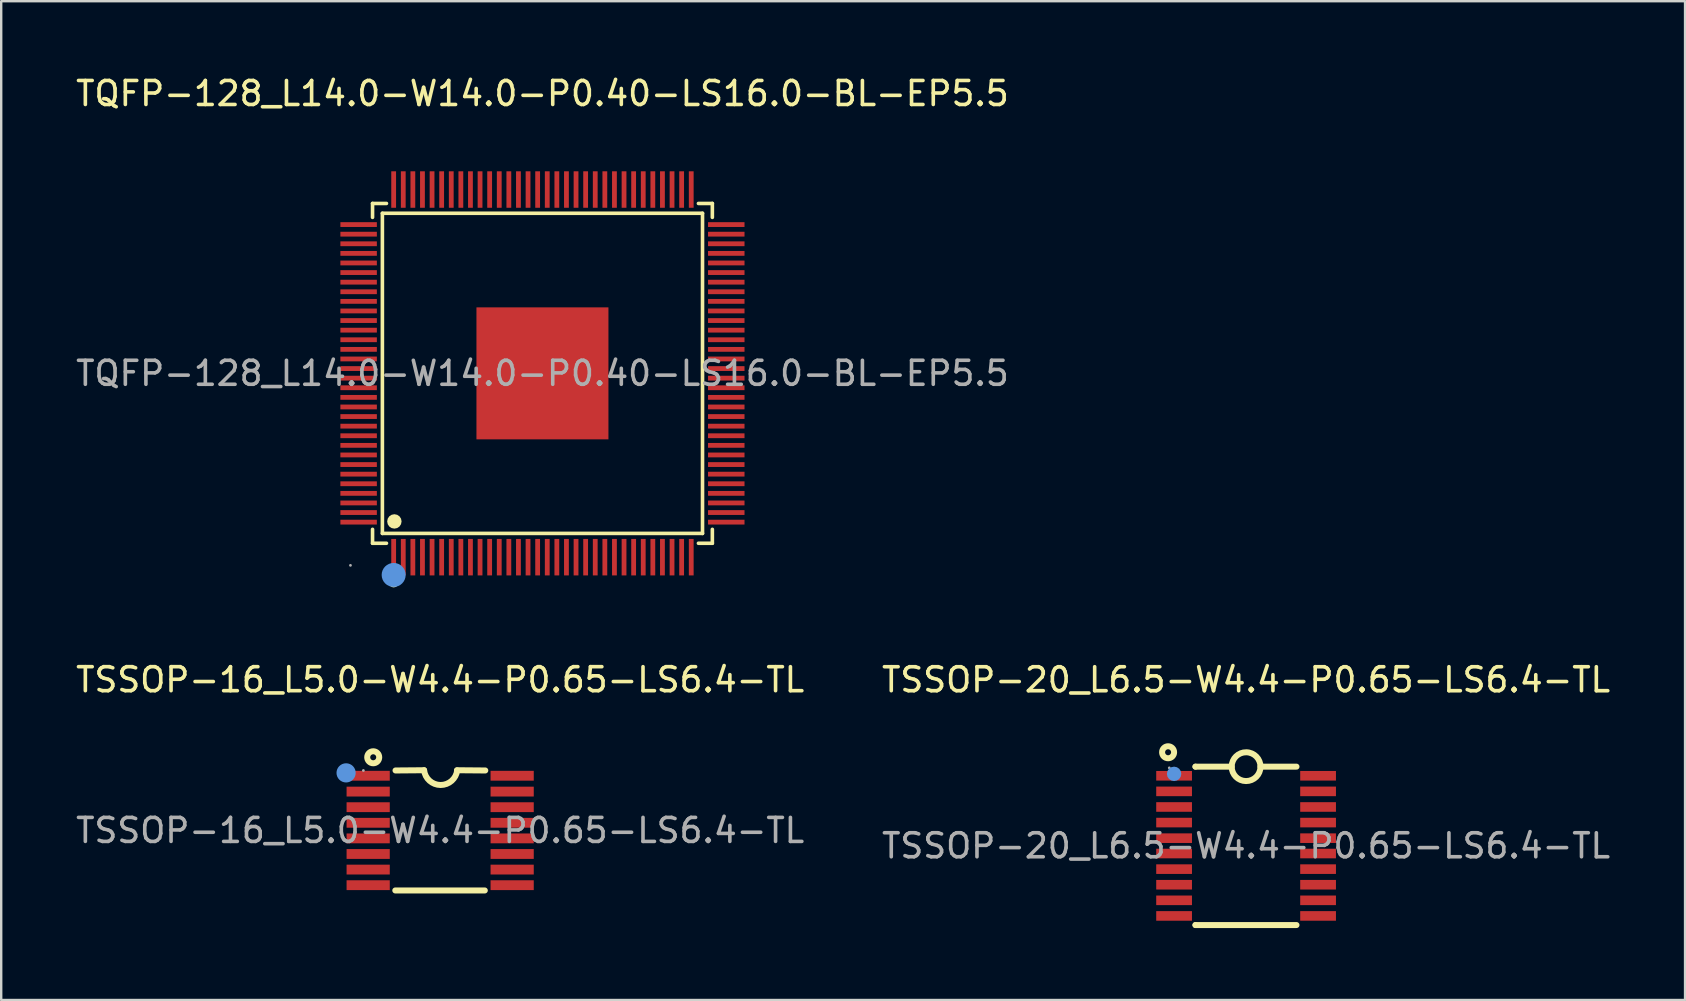
<source format=kicad_pcb>
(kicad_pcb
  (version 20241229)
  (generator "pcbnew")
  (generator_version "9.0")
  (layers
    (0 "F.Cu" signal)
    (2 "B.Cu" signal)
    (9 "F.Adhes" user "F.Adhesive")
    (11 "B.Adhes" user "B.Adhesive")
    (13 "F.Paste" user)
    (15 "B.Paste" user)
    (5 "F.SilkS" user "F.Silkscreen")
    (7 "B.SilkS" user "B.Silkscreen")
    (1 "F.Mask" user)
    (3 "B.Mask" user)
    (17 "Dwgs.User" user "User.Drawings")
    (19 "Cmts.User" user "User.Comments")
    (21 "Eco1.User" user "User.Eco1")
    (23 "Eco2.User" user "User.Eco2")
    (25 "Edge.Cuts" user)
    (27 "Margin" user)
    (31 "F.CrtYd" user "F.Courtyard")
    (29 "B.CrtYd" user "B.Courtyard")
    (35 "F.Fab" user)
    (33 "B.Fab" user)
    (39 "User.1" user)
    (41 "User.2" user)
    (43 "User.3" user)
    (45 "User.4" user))
  (footprint "TSSOP-16_L5.0-W4.4-P0.65-LS6.4-TL"
    (layer "F.Cu")
    (at 15.292 31.556)
    (property "Reference" "TSSOP-16_L5.0-W4.4-P0.65-LS6.4-TL" (at 0 -6.28 0) (layer "F.SilkS") (effects (font (size 1 1) (thickness 0.15))))
    (attr through_hole)
    (fp_line (start -1.87 2.5) (end 1.86 2.5) (stroke (width 0.25) (type solid)) (layer "F.SilkS"))
    (fp_line (start -1.86 -2.5) (end -0.67 -2.51) (stroke (width 0.25) (type solid)) (layer "F.SilkS"))
    (fp_line (start 0.7 -2.51) (end 1.88 -2.5) (stroke (width 0.25) (type solid)) (layer "F.SilkS"))
    (fp_arc (start 0.709165 -2.503103) (mid 0.016526 -1.895387) (end -0.67 -2.51) (stroke (width 0.25) (type solid)) (layer "F.SilkS"))
    (fp_circle (center -2.79 -3.05) (end -2.54 -3.05) (stroke (width 0.25) (type solid)) (fill no) (layer "F.SilkS"))
    (fp_circle (center -3.92 -2.4) (end -3.72 -2.4) (stroke (width 0.4) (type solid)) (fill no) (layer "Cmts.User"))
    (fp_circle (center -3.2 -2.5) (end -3.17 -2.5) (stroke (width 0.06) (type solid)) (fill no) (layer "F.Fab"))
    (fp_text user "${REFERENCE}" (at 0 0 0) (layer "F.Fab") (effects (font (size 1 1) (thickness 0.15))))
    (pad "1" smd rect (at -3 -2.28) (size 1.8 0.41) (layers "F.Cu" "F.Mask" "F.Paste"))
    (pad "2" smd rect (at -3 -1.62) (size 1.8 0.41) (layers "F.Cu" "F.Mask" "F.Paste"))
    (pad "3" smd rect (at -3 -0.97) (size 1.8 0.41) (layers "F.Cu" "F.Mask" "F.Paste"))
    (pad "4" smd rect (at -3 -0.32) (size 1.8 0.41) (layers "F.Cu" "F.Mask" "F.Paste"))
    (pad "5" smd rect (at -3 0.33) (size 1.8 0.41) (layers "F.Cu" "F.Mask" "F.Paste"))
    (pad "6" smd rect (at -3 0.98) (size 1.8 0.41) (layers "F.Cu" "F.Mask" "F.Paste"))
    (pad "7" smd rect (at -3 1.63) (size 1.8 0.41) (layers "F.Cu" "F.Mask" "F.Paste"))
    (pad "8" smd rect (at -3 2.28) (size 1.8 0.41) (layers "F.Cu" "F.Mask" "F.Paste"))
    (pad "9" smd rect (at 3 2.28) (size 1.8 0.41) (layers "F.Cu" "F.Mask" "F.Paste"))
    (pad "10" smd rect (at 3 1.63) (size 1.8 0.41) (layers "F.Cu" "F.Mask" "F.Paste"))
    (pad "11" smd rect (at 3 0.98) (size 1.8 0.41) (layers "F.Cu" "F.Mask" "F.Paste"))
    (pad "12" smd rect (at 3 0.33) (size 1.8 0.41) (layers "F.Cu" "F.Mask" "F.Paste"))
    (pad "13" smd rect (at 3 -0.32) (size 1.8 0.41) (layers "F.Cu" "F.Mask" "F.Paste"))
    (pad "14" smd rect (at 3 -0.97) (size 1.8 0.41) (layers "F.Cu" "F.Mask" "F.Paste"))
    (pad "15" smd rect (at 3 -1.62) (size 1.8 0.41) (layers "F.Cu" "F.Mask" "F.Paste"))
    (pad "16" smd rect (at 3 -2.28) (size 1.8 0.41) (layers "F.Cu" "F.Mask" "F.Paste")))
  (footprint "TQFP-128_L14.0-W14.0-P0.40-LS16.0-BL-EP5.5"
    (layer "F.Cu")
    (at 19.554 12.508)
    (property "Reference" "TQFP-128_L14.0-W14.0-P0.40-LS16.0-BL-EP5.5" (at 0 -11.66 0) (layer "F.SilkS") (effects (font (size 1 1) (thickness 0.15))))
    (attr through_hole)
    (fp_line (start -7.08 -7.08) (end -6.5 -7.08) (stroke (width 0.15) (type solid)) (layer "F.SilkS"))
    (fp_line (start -7.08 -6.5) (end -7.08 -7.08) (stroke (width 0.15) (type solid)) (layer "F.SilkS"))
    (fp_line (start -7.08 6.5) (end -7.08 7.08) (stroke (width 0.15) (type solid)) (layer "F.SilkS"))
    (fp_line (start -7.08 7.08) (end -6.5 7.08) (stroke (width 0.15) (type solid)) (layer "F.SilkS"))
    (fp_line (start -6.67 -6.67) (end 6.67 -6.67) (stroke (width 0.15) (type solid)) (layer "F.SilkS"))
    (fp_line (start -6.67 6.67) (end -6.67 -6.67) (stroke (width 0.15) (type solid)) (layer "F.SilkS"))
    (fp_line (start 6.67 -6.67) (end 6.67 6.67) (stroke (width 0.15) (type solid)) (layer "F.SilkS"))
    (fp_line (start 6.67 6.67) (end -6.67 6.67) (stroke (width 0.15) (type solid)) (layer "F.SilkS"))
    (fp_line (start 7.08 -7.08) (end 6.5 -7.08) (stroke (width 0.15) (type solid)) (layer "F.SilkS"))
    (fp_line (start 7.08 -6.5) (end 7.08 -7.08) (stroke (width 0.15) (type solid)) (layer "F.SilkS"))
    (fp_line (start 7.08 6.5) (end 7.08 7.08) (stroke (width 0.15) (type solid)) (layer "F.SilkS"))
    (fp_line (start 7.08 7.08) (end 6.5 7.08) (stroke (width 0.15) (type solid)) (layer "F.SilkS"))
    (fp_circle (center -6.2 8.72) (end -6.1 8.72) (stroke (width 0.2) (type solid)) (fill no) (layer "F.SilkS"))
    (fp_circle (center -6.17 6.17) (end -6.02 6.17) (stroke (width 0.3) (type solid)) (fill no) (layer "F.SilkS"))
    (fp_circle (center -6.2 8.4) (end -5.95 8.4) (stroke (width 0.5) (type solid)) (fill no) (layer "Cmts.User"))
    (fp_circle (center -8 8) (end -7.97 8) (stroke (width 0.06) (type solid)) (fill no) (layer "F.Fab"))
    (fp_text user "${REFERENCE}" (at 0 0 0) (layer "F.Fab") (effects (font (size 1 1) (thickness 0.15))))
    (pad "1" smd rect (at -6.2 7.66) (size 0.2 1.52) (layers "F.Cu" "F.Mask" "F.Paste"))
    (pad "2" smd rect (at -5.8 7.66) (size 0.2 1.52) (layers "F.Cu" "F.Mask" "F.Paste"))
    (pad "3" smd rect (at -5.4 7.66) (size 0.2 1.52) (layers "F.Cu" "F.Mask" "F.Paste"))
    (pad "4" smd rect (at -5 7.66) (size 0.2 1.52) (layers "F.Cu" "F.Mask" "F.Paste"))
    (pad "5" smd rect (at -4.6 7.66) (size 0.2 1.52) (layers "F.Cu" "F.Mask" "F.Paste"))
    (pad "6" smd rect (at -4.2 7.66) (size 0.2 1.52) (layers "F.Cu" "F.Mask" "F.Paste"))
    (pad "7" smd rect (at -3.8 7.66) (size 0.2 1.52) (layers "F.Cu" "F.Mask" "F.Paste"))
    (pad "8" smd rect (at -3.4 7.66) (size 0.2 1.52) (layers "F.Cu" "F.Mask" "F.Paste"))
    (pad "9" smd rect (at -3 7.66) (size 0.2 1.52) (layers "F.Cu" "F.Mask" "F.Paste"))
    (pad "10" smd rect (at -2.6 7.66) (size 0.2 1.52) (layers "F.Cu" "F.Mask" "F.Paste"))
    (pad "11" smd rect (at -2.2 7.66) (size 0.2 1.52) (layers "F.Cu" "F.Mask" "F.Paste"))
    (pad "12" smd rect (at -1.8 7.66) (size 0.2 1.52) (layers "F.Cu" "F.Mask" "F.Paste"))
    (pad "13" smd rect (at -1.4 7.66) (size 0.2 1.52) (layers "F.Cu" "F.Mask" "F.Paste"))
    (pad "14" smd rect (at -1 7.66) (size 0.2 1.52) (layers "F.Cu" "F.Mask" "F.Paste"))
    (pad "15" smd rect (at -0.6 7.66) (size 0.2 1.52) (layers "F.Cu" "F.Mask" "F.Paste"))
    (pad "16" smd rect (at -0.2 7.66) (size 0.2 1.52) (layers "F.Cu" "F.Mask" "F.Paste"))
    (pad "17" smd rect (at 0.2 7.66) (size 0.2 1.52) (layers "F.Cu" "F.Mask" "F.Paste"))
    (pad "18" smd rect (at 0.6 7.66) (size 0.2 1.52) (layers "F.Cu" "F.Mask" "F.Paste"))
    (pad "19" smd rect (at 1 7.66) (size 0.2 1.52) (layers "F.Cu" "F.Mask" "F.Paste"))
    (pad "20" smd rect (at 1.4 7.66) (size 0.2 1.52) (layers "F.Cu" "F.Mask" "F.Paste"))
    (pad "21" smd rect (at 1.8 7.66) (size 0.2 1.52) (layers "F.Cu" "F.Mask" "F.Paste"))
    (pad "22" smd rect (at 2.2 7.66) (size 0.2 1.52) (layers "F.Cu" "F.Mask" "F.Paste"))
    (pad "23" smd rect (at 2.6 7.66) (size 0.2 1.52) (layers "F.Cu" "F.Mask" "F.Paste"))
    (pad "24" smd rect (at 3 7.66) (size 0.2 1.52) (layers "F.Cu" "F.Mask" "F.Paste"))
    (pad "25" smd rect (at 3.4 7.66) (size 0.2 1.52) (layers "F.Cu" "F.Mask" "F.Paste"))
    (pad "26" smd rect (at 3.8 7.66) (size 0.2 1.52) (layers "F.Cu" "F.Mask" "F.Paste"))
    (pad "27" smd rect (at 4.2 7.66) (size 0.2 1.52) (layers "F.Cu" "F.Mask" "F.Paste"))
    (pad "28" smd rect (at 4.6 7.66) (size 0.2 1.52) (layers "F.Cu" "F.Mask" "F.Paste"))
    (pad "29" smd rect (at 5 7.66) (size 0.2 1.52) (layers "F.Cu" "F.Mask" "F.Paste"))
    (pad "30" smd rect (at 5.4 7.66) (size 0.2 1.52) (layers "F.Cu" "F.Mask" "F.Paste"))
    (pad "31" smd rect (at 5.8 7.66) (size 0.2 1.52) (layers "F.Cu" "F.Mask" "F.Paste"))
    (pad "32" smd rect (at 6.2 7.66) (size 0.2 1.52) (layers "F.Cu" "F.Mask" "F.Paste"))
    (pad "33" smd rect (at 7.66 6.2) (size 1.52 0.2) (layers "F.Cu" "F.Mask" "F.Paste"))
    (pad "34" smd rect (at 7.66 5.8) (size 1.52 0.2) (layers "F.Cu" "F.Mask" "F.Paste"))
    (pad "35" smd rect (at 7.66 5.4) (size 1.52 0.2) (layers "F.Cu" "F.Mask" "F.Paste"))
    (pad "36" smd rect (at 7.66 5) (size 1.52 0.2) (layers "F.Cu" "F.Mask" "F.Paste"))
    (pad "37" smd rect (at 7.66 4.6) (size 1.52 0.2) (layers "F.Cu" "F.Mask" "F.Paste"))
    (pad "38" smd rect (at 7.66 4.2) (size 1.52 0.2) (layers "F.Cu" "F.Mask" "F.Paste"))
    (pad "39" smd rect (at 7.66 3.8) (size 1.52 0.2) (layers "F.Cu" "F.Mask" "F.Paste"))
    (pad "40" smd rect (at 7.66 3.4) (size 1.52 0.2) (layers "F.Cu" "F.Mask" "F.Paste"))
    (pad "41" smd rect (at 7.66 3) (size 1.52 0.2) (layers "F.Cu" "F.Mask" "F.Paste"))
    (pad "42" smd rect (at 7.66 2.6) (size 1.52 0.2) (layers "F.Cu" "F.Mask" "F.Paste"))
    (pad "43" smd rect (at 7.66 2.2) (size 1.52 0.2) (layers "F.Cu" "F.Mask" "F.Paste"))
    (pad "44" smd rect (at 7.66 1.8) (size 1.52 0.2) (layers "F.Cu" "F.Mask" "F.Paste"))
    (pad "45" smd rect (at 7.66 1.4) (size 1.52 0.2) (layers "F.Cu" "F.Mask" "F.Paste"))
    (pad "46" smd rect (at 7.66 1) (size 1.52 0.2) (layers "F.Cu" "F.Mask" "F.Paste"))
    (pad "47" smd rect (at 7.66 0.6) (size 1.52 0.2) (layers "F.Cu" "F.Mask" "F.Paste"))
    (pad "48" smd rect (at 7.66 0.2) (size 1.52 0.2) (layers "F.Cu" "F.Mask" "F.Paste"))
    (pad "49" smd rect (at 7.66 -0.2) (size 1.52 0.2) (layers "F.Cu" "F.Mask" "F.Paste"))
    (pad "50" smd rect (at 7.66 -0.6) (size 1.52 0.2) (layers "F.Cu" "F.Mask" "F.Paste"))
    (pad "51" smd rect (at 7.66 -1) (size 1.52 0.2) (layers "F.Cu" "F.Mask" "F.Paste"))
    (pad "52" smd rect (at 7.66 -1.4) (size 1.52 0.2) (layers "F.Cu" "F.Mask" "F.Paste"))
    (pad "53" smd rect (at 7.66 -1.8) (size 1.52 0.2) (layers "F.Cu" "F.Mask" "F.Paste"))
    (pad "54" smd rect (at 7.66 -2.2) (size 1.52 0.2) (layers "F.Cu" "F.Mask" "F.Paste"))
    (pad "55" smd rect (at 7.66 -2.6) (size 1.52 0.2) (layers "F.Cu" "F.Mask" "F.Paste"))
    (pad "56" smd rect (at 7.66 -3) (size 1.52 0.2) (layers "F.Cu" "F.Mask" "F.Paste"))
    (pad "57" smd rect (at 7.66 -3.4) (size 1.52 0.2) (layers "F.Cu" "F.Mask" "F.Paste"))
    (pad "58" smd rect (at 7.66 -3.8) (size 1.52 0.2) (layers "F.Cu" "F.Mask" "F.Paste"))
    (pad "59" smd rect (at 7.66 -4.2) (size 1.52 0.2) (layers "F.Cu" "F.Mask" "F.Paste"))
    (pad "60" smd rect (at 7.66 -4.6) (size 1.52 0.2) (layers "F.Cu" "F.Mask" "F.Paste"))
    (pad "61" smd rect (at 7.66 -5) (size 1.52 0.2) (layers "F.Cu" "F.Mask" "F.Paste"))
    (pad "62" smd rect (at 7.66 -5.4) (size 1.52 0.2) (layers "F.Cu" "F.Mask" "F.Paste"))
    (pad "63" smd rect (at 7.66 -5.8) (size 1.52 0.2) (layers "F.Cu" "F.Mask" "F.Paste"))
    (pad "64" smd rect (at 7.66 -6.2) (size 1.52 0.2) (layers "F.Cu" "F.Mask" "F.Paste"))
    (pad "65" smd rect (at 6.2 -7.66) (size 0.2 1.52) (layers "F.Cu" "F.Mask" "F.Paste"))
    (pad "66" smd rect (at 5.8 -7.66) (size 0.2 1.52) (layers "F.Cu" "F.Mask" "F.Paste"))
    (pad "67" smd rect (at 5.4 -7.66) (size 0.2 1.52) (layers "F.Cu" "F.Mask" "F.Paste"))
    (pad "68" smd rect (at 5 -7.66) (size 0.2 1.52) (layers "F.Cu" "F.Mask" "F.Paste"))
    (pad "69" smd rect (at 4.6 -7.66) (size 0.2 1.52) (layers "F.Cu" "F.Mask" "F.Paste"))
    (pad "70" smd rect (at 4.2 -7.66) (size 0.2 1.52) (layers "F.Cu" "F.Mask" "F.Paste"))
    (pad "71" smd rect (at 3.8 -7.66) (size 0.2 1.52) (layers "F.Cu" "F.Mask" "F.Paste"))
    (pad "72" smd rect (at 3.4 -7.66) (size 0.2 1.52) (layers "F.Cu" "F.Mask" "F.Paste"))
    (pad "73" smd rect (at 3 -7.66) (size 0.2 1.52) (layers "F.Cu" "F.Mask" "F.Paste"))
    (pad "74" smd rect (at 2.6 -7.66) (size 0.2 1.52) (layers "F.Cu" "F.Mask" "F.Paste"))
    (pad "75" smd rect (at 2.2 -7.66) (size 0.2 1.52) (layers "F.Cu" "F.Mask" "F.Paste"))
    (pad "76" smd rect (at 1.8 -7.66) (size 0.2 1.52) (layers "F.Cu" "F.Mask" "F.Paste"))
    (pad "77" smd rect (at 1.4 -7.66) (size 0.2 1.52) (layers "F.Cu" "F.Mask" "F.Paste"))
    (pad "78" smd rect (at 1 -7.66) (size 0.2 1.52) (layers "F.Cu" "F.Mask" "F.Paste"))
    (pad "79" smd rect (at 0.6 -7.66) (size 0.2 1.52) (layers "F.Cu" "F.Mask" "F.Paste"))
    (pad "80" smd rect (at 0.2 -7.66) (size 0.2 1.52) (layers "F.Cu" "F.Mask" "F.Paste"))
    (pad "81" smd rect (at -0.2 -7.66) (size 0.2 1.52) (layers "F.Cu" "F.Mask" "F.Paste"))
    (pad "82" smd rect (at -0.6 -7.66) (size 0.2 1.52) (layers "F.Cu" "F.Mask" "F.Paste"))
    (pad "83" smd rect (at -1 -7.66) (size 0.2 1.52) (layers "F.Cu" "F.Mask" "F.Paste"))
    (pad "84" smd rect (at -1.4 -7.66) (size 0.2 1.52) (layers "F.Cu" "F.Mask" "F.Paste"))
    (pad "85" smd rect (at -1.8 -7.66) (size 0.2 1.52) (layers "F.Cu" "F.Mask" "F.Paste"))
    (pad "86" smd rect (at -2.2 -7.66) (size 0.2 1.52) (layers "F.Cu" "F.Mask" "F.Paste"))
    (pad "87" smd rect (at -2.6 -7.66) (size 0.2 1.52) (layers "F.Cu" "F.Mask" "F.Paste"))
    (pad "88" smd rect (at -3 -7.66) (size 0.2 1.52) (layers "F.Cu" "F.Mask" "F.Paste"))
    (pad "89" smd rect (at -3.4 -7.66) (size 0.2 1.52) (layers "F.Cu" "F.Mask" "F.Paste"))
    (pad "90" smd rect (at -3.8 -7.66) (size 0.2 1.52) (layers "F.Cu" "F.Mask" "F.Paste"))
    (pad "91" smd rect (at -4.2 -7.66) (size 0.2 1.52) (layers "F.Cu" "F.Mask" "F.Paste"))
    (pad "92" smd rect (at -4.6 -7.66) (size 0.2 1.52) (layers "F.Cu" "F.Mask" "F.Paste"))
    (pad "93" smd rect (at -5 -7.66) (size 0.2 1.52) (layers "F.Cu" "F.Mask" "F.Paste"))
    (pad "94" smd rect (at -5.4 -7.66) (size 0.2 1.52) (layers "F.Cu" "F.Mask" "F.Paste"))
    (pad "95" smd rect (at -5.8 -7.66) (size 0.2 1.52) (layers "F.Cu" "F.Mask" "F.Paste"))
    (pad "96" smd rect (at -6.2 -7.66) (size 0.2 1.52) (layers "F.Cu" "F.Mask" "F.Paste"))
    (pad "97" smd rect (at -7.66 -6.2) (size 1.52 0.2) (layers "F.Cu" "F.Mask" "F.Paste"))
    (pad "98" smd rect (at -7.66 -5.8) (size 1.52 0.2) (layers "F.Cu" "F.Mask" "F.Paste"))
    (pad "99" smd rect (at -7.66 -5.4) (size 1.52 0.2) (layers "F.Cu" "F.Mask" "F.Paste"))
    (pad "100" smd rect (at -7.66 -5) (size 1.52 0.2) (layers "F.Cu" "F.Mask" "F.Paste"))
    (pad "101" smd rect (at -7.66 -4.6) (size 1.52 0.2) (layers "F.Cu" "F.Mask" "F.Paste"))
    (pad "102" smd rect (at -7.66 -4.2) (size 1.52 0.2) (layers "F.Cu" "F.Mask" "F.Paste"))
    (pad "103" smd rect (at -7.66 -3.8) (size 1.52 0.2) (layers "F.Cu" "F.Mask" "F.Paste"))
    (pad "104" smd rect (at -7.66 -3.4) (size 1.52 0.2) (layers "F.Cu" "F.Mask" "F.Paste"))
    (pad "105" smd rect (at -7.66 -3) (size 1.52 0.2) (layers "F.Cu" "F.Mask" "F.Paste"))
    (pad "106" smd rect (at -7.66 -2.6) (size 1.52 0.2) (layers "F.Cu" "F.Mask" "F.Paste"))
    (pad "107" smd rect (at -7.66 -2.2) (size 1.52 0.2) (layers "F.Cu" "F.Mask" "F.Paste"))
    (pad "108" smd rect (at -7.66 -1.8) (size 1.52 0.2) (layers "F.Cu" "F.Mask" "F.Paste"))
    (pad "109" smd rect (at -7.66 -1.4) (size 1.52 0.2) (layers "F.Cu" "F.Mask" "F.Paste"))
    (pad "110" smd rect (at -7.66 -1) (size 1.52 0.2) (layers "F.Cu" "F.Mask" "F.Paste"))
    (pad "111" smd rect (at -7.66 -0.6) (size 1.52 0.2) (layers "F.Cu" "F.Mask" "F.Paste"))
    (pad "112" smd rect (at -7.66 -0.2) (size 1.52 0.2) (layers "F.Cu" "F.Mask" "F.Paste"))
    (pad "113" smd rect (at -7.66 0.2) (size 1.52 0.2) (layers "F.Cu" "F.Mask" "F.Paste"))
    (pad "114" smd rect (at -7.66 0.6) (size 1.52 0.2) (layers "F.Cu" "F.Mask" "F.Paste"))
    (pad "115" smd rect (at -7.66 1) (size 1.52 0.2) (layers "F.Cu" "F.Mask" "F.Paste"))
    (pad "116" smd rect (at -7.66 1.4) (size 1.52 0.2) (layers "F.Cu" "F.Mask" "F.Paste"))
    (pad "117" smd rect (at -7.66 1.8) (size 1.52 0.2) (layers "F.Cu" "F.Mask" "F.Paste"))
    (pad "118" smd rect (at -7.66 2.2) (size 1.52 0.2) (layers "F.Cu" "F.Mask" "F.Paste"))
    (pad "119" smd rect (at -7.66 2.6) (size 1.52 0.2) (layers "F.Cu" "F.Mask" "F.Paste"))
    (pad "120" smd rect (at -7.66 3) (size 1.52 0.2) (layers "F.Cu" "F.Mask" "F.Paste"))
    (pad "121" smd rect (at -7.66 3.4) (size 1.52 0.2) (layers "F.Cu" "F.Mask" "F.Paste"))
    (pad "122" smd rect (at -7.66 3.8) (size 1.52 0.2) (layers "F.Cu" "F.Mask" "F.Paste"))
    (pad "123" smd rect (at -7.66 4.2) (size 1.52 0.2) (layers "F.Cu" "F.Mask" "F.Paste"))
    (pad "124" smd rect (at -7.66 4.6) (size 1.52 0.2) (layers "F.Cu" "F.Mask" "F.Paste"))
    (pad "125" smd rect (at -7.66 5) (size 1.52 0.2) (layers "F.Cu" "F.Mask" "F.Paste"))
    (pad "126" smd rect (at -7.66 5.4) (size 1.52 0.2) (layers "F.Cu" "F.Mask" "F.Paste"))
    (pad "127" smd rect (at -7.66 5.8) (size 1.52 0.2) (layers "F.Cu" "F.Mask" "F.Paste"))
    (pad "128" smd rect (at -7.66 6.2) (size 1.52 0.2) (layers "F.Cu" "F.Mask" "F.Paste"))
    (pad "129" smd rect (at 0 0) (size 5.5 5.5) (layers "F.Cu" "F.Mask" "F.Paste")))
  (footprint "TSSOP-20_L6.5-W4.4-P0.65-LS6.4-TL"
    (layer "F.Cu")
    (at 48.875 32.197)
    (property "Reference" "TSSOP-20_L6.5-W4.4-P0.65-LS6.4-TL" (at 0 -6.92 0) (layer "F.SilkS") (effects (font (size 1 1) (thickness 0.15))))
    (attr through_hole)
    (fp_line (start -2.11 -3.3) (end -2.11 -3.3) (stroke (width 0.25) (type solid)) (layer "F.SilkS"))
    (fp_line (start -2.11 -3.3) (end -0.6 -3.3) (stroke (width 0.25) (type solid)) (layer "F.SilkS"))
    (fp_line (start -2.11 3.3) (end -2.11 3.3) (stroke (width 0.25) (type solid)) (layer "F.SilkS"))
    (fp_line (start 0.6 -3.3) (end 2.1 -3.3) (stroke (width 0.25) (type solid)) (layer "F.SilkS"))
    (fp_line (start 2.1 3.3) (end -2.11 3.3) (stroke (width 0.25) (type solid)) (layer "F.SilkS"))
    (fp_arc (start -0.599909 -3.310471) (mid 0.599978 -3.294764) (end -0.6 -3.3) (stroke (width 0.25) (type solid)) (layer "F.SilkS"))
    (fp_circle (center -3.25 -3.9) (end -3 -3.9) (stroke (width 0.25) (type solid)) (fill no) (layer "F.SilkS"))
    (fp_circle (center -3 -3) (end -2.85 -3) (stroke (width 0.3) (type solid)) (fill no) (layer "Cmts.User"))
    (fp_circle (center -3.2 -3.25) (end -3.17 -3.25) (stroke (width 0.06) (type solid)) (fill no) (layer "F.Fab"))
    (fp_text user "${REFERENCE}" (at 0 0 0) (layer "F.Fab") (effects (font (size 1 1) (thickness 0.15))))
    (pad "1" smd rect (at -3 -2.92 270) (size 0.4 1.49) (layers "F.Cu" "F.Mask" "F.Paste"))
    (pad "2" smd rect (at -3 -2.27 270) (size 0.4 1.49) (layers "F.Cu" "F.Mask" "F.Paste"))
    (pad "3" smd rect (at -3 -1.62 270) (size 0.4 1.49) (layers "F.Cu" "F.Mask" "F.Paste"))
    (pad "4" smd rect (at -3 -0.97 270) (size 0.4 1.49) (layers "F.Cu" "F.Mask" "F.Paste"))
    (pad "5" smd rect (at -3 -0.32 270) (size 0.4 1.49) (layers "F.Cu" "F.Mask" "F.Paste"))
    (pad "6" smd rect (at -3 0.32 270) (size 0.4 1.49) (layers "F.Cu" "F.Mask" "F.Paste"))
    (pad "7" smd rect (at -3 0.97 270) (size 0.4 1.49) (layers "F.Cu" "F.Mask" "F.Paste"))
    (pad "8" smd rect (at -3 1.62 270) (size 0.4 1.49) (layers "F.Cu" "F.Mask" "F.Paste"))
    (pad "9" smd rect (at -3 2.27 270) (size 0.4 1.49) (layers "F.Cu" "F.Mask" "F.Paste"))
    (pad "10" smd rect (at -3 2.92 270) (size 0.4 1.49) (layers "F.Cu" "F.Mask" "F.Paste"))
    (pad "11" smd rect (at 3 2.92 270) (size 0.4 1.49) (layers "F.Cu" "F.Mask" "F.Paste"))
    (pad "12" smd rect (at 3 2.27 270) (size 0.4 1.49) (layers "F.Cu" "F.Mask" "F.Paste"))
    (pad "13" smd rect (at 3 1.62 270) (size 0.4 1.49) (layers "F.Cu" "F.Mask" "F.Paste"))
    (pad "14" smd rect (at 3 0.97 270) (size 0.4 1.49) (layers "F.Cu" "F.Mask" "F.Paste"))
    (pad "15" smd rect (at 3 0.32 270) (size 0.4 1.49) (layers "F.Cu" "F.Mask" "F.Paste"))
    (pad "16" smd rect (at 3 -0.32 270) (size 0.4 1.49) (layers "F.Cu" "F.Mask" "F.Paste"))
    (pad "17" smd rect (at 3 -0.97 270) (size 0.4 1.49) (layers "F.Cu" "F.Mask" "F.Paste"))
    (pad "18" smd rect (at 3 -1.62 270) (size 0.4 1.49) (layers "F.Cu" "F.Mask" "F.Paste"))
    (pad "19" smd rect (at 3 -2.27 270) (size 0.4 1.49) (layers "F.Cu" "F.Mask" "F.Paste"))
    (pad "20" smd rect (at 3 -2.92 270) (size 0.4 1.49) (layers "F.Cu" "F.Mask" "F.Paste")))
  (gr_rect
    (start -3 -3)
    (end 67.167 38.621)
    (stroke (width 0.1) (type default))
    (fill no)
    (layer "Edge.Cuts")))
</source>
